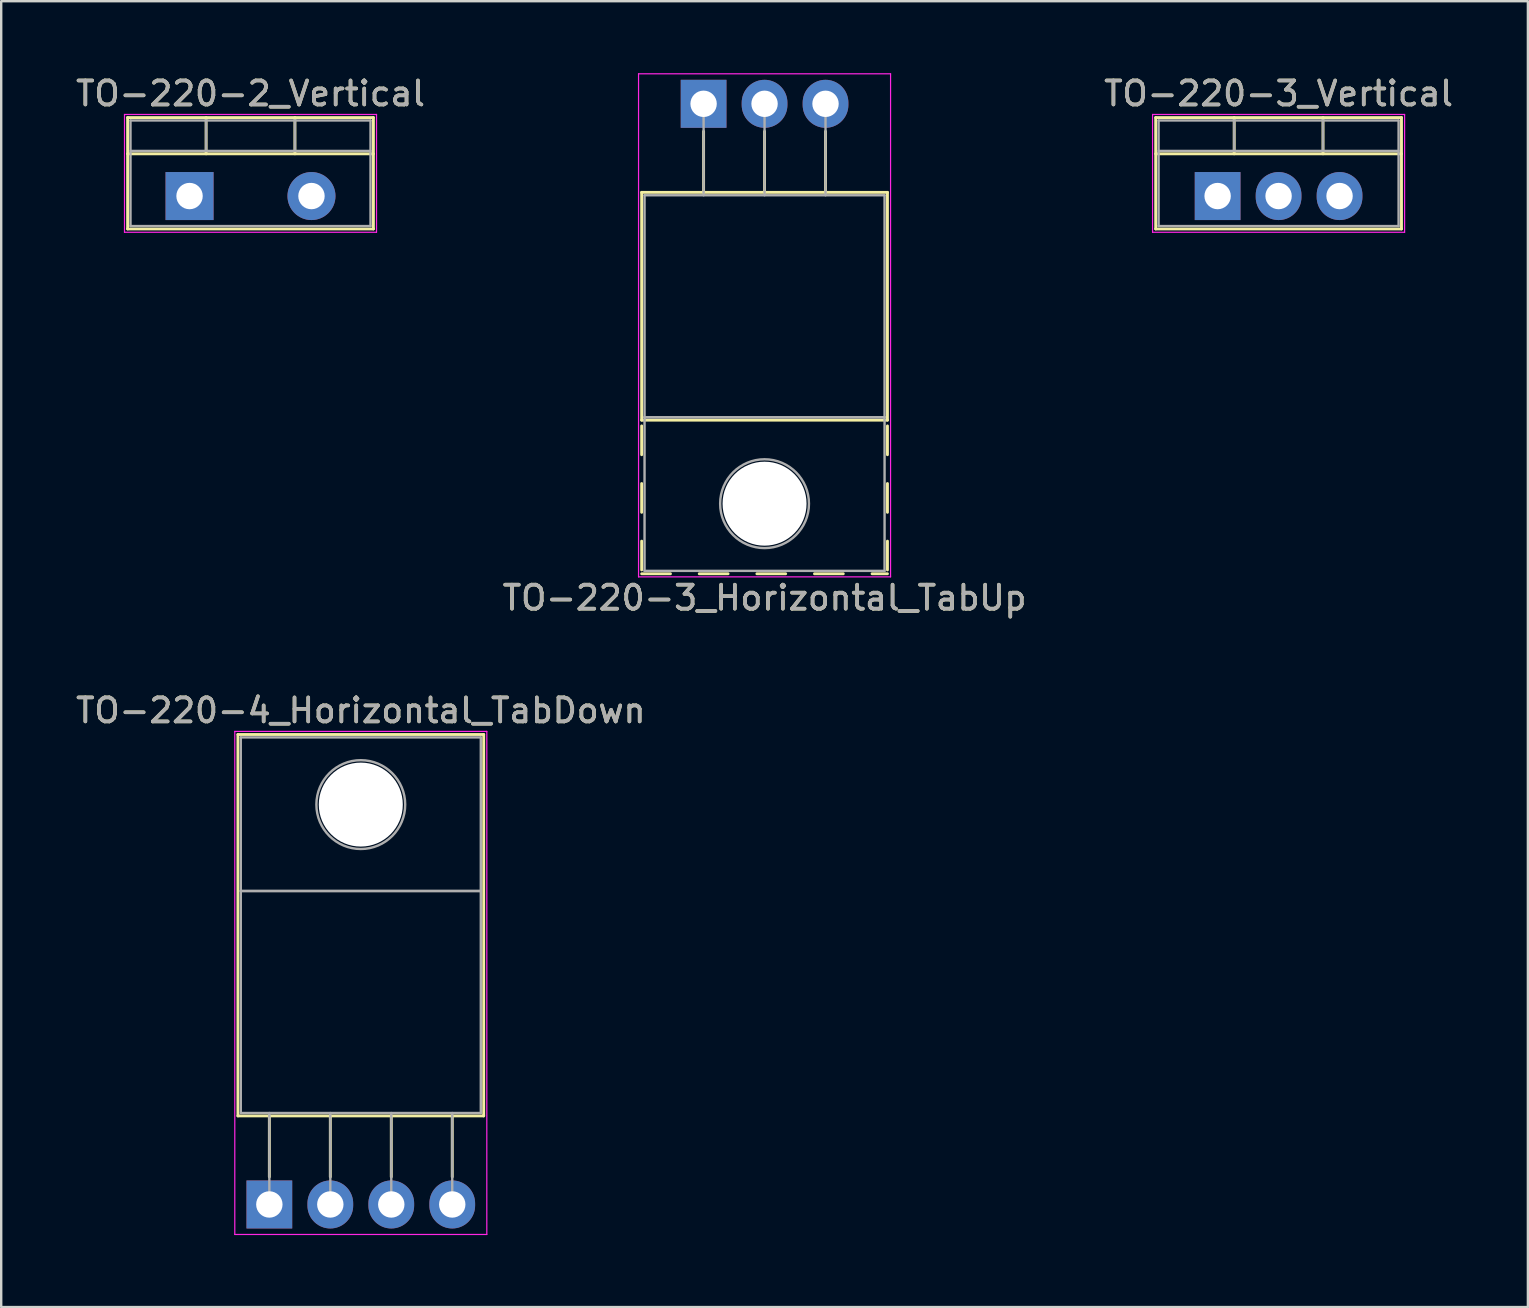
<source format=kicad_pcb>
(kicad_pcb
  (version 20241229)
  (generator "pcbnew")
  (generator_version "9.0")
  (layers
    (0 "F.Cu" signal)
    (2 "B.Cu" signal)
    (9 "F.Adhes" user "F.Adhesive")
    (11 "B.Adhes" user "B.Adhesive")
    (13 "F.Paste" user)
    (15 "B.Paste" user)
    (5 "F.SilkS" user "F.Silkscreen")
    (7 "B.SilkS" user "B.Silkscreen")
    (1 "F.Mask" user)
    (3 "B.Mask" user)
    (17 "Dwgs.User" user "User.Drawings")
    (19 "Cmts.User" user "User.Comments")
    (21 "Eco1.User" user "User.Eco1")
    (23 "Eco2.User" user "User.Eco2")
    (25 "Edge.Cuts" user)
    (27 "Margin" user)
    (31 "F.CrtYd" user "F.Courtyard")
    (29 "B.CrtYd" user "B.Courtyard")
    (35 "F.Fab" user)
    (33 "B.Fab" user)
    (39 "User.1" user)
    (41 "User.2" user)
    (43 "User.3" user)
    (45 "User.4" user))
  (footprint "TO-220-3_Horizontal_TabUp"
    (layer "F.Cu")
    (at 26.264 1.275)
    (property "Reference" "TO-220-3_Horizontal_TabUp" (at 2.54 20.58 0) (layer "F.SilkS") (effects (font (size 1 1) (thickness 0.15))))
    (attr through_hole)
    (fp_line (start -2.58 3.69) (end -2.58 13.18) (stroke (width 0.12) (type solid)) (layer "F.SilkS"))
    (fp_line (start -2.58 3.69) (end 7.66 3.69) (stroke (width 0.12) (type solid)) (layer "F.SilkS"))
    (fp_line (start -2.58 13.18) (end 7.66 13.18) (stroke (width 0.12) (type solid)) (layer "F.SilkS"))
    (fp_line (start -2.58 13.42) (end -2.58 14.62) (stroke (width 0.12) (type solid)) (layer "F.SilkS"))
    (fp_line (start -2.58 15.82) (end -2.58 17.02) (stroke (width 0.12) (type solid)) (layer "F.SilkS"))
    (fp_line (start -2.58 18.22) (end -2.58 19.42) (stroke (width 0.12) (type solid)) (layer "F.SilkS"))
    (fp_line (start -2.58 19.58) (end -1.38 19.58) (stroke (width 0.12) (type solid)) (layer "F.SilkS"))
    (fp_line (start -0.181 19.58) (end 1.02 19.58) (stroke (width 0.12) (type solid)) (layer "F.SilkS"))
    (fp_line (start 0 1.15) (end 0 3.69) (stroke (width 0.12) (type solid)) (layer "F.SilkS"))
    (fp_line (start 2.22 19.58) (end 3.42 19.58) (stroke (width 0.12) (type solid)) (layer "F.SilkS"))
    (fp_line (start 2.54 1.15) (end 2.54 3.69) (stroke (width 0.12) (type solid)) (layer "F.SilkS"))
    (fp_line (start 4.62 19.58) (end 5.82 19.58) (stroke (width 0.12) (type solid)) (layer "F.SilkS"))
    (fp_line (start 5.08 1.15) (end 5.08 3.69) (stroke (width 0.12) (type solid)) (layer "F.SilkS"))
    (fp_line (start 7.02 19.58) (end 7.66 19.58) (stroke (width 0.12) (type solid)) (layer "F.SilkS"))
    (fp_line (start 7.66 3.69) (end 7.66 13.18) (stroke (width 0.12) (type solid)) (layer "F.SilkS"))
    (fp_line (start 7.66 13.42) (end 7.66 14.62) (stroke (width 0.12) (type solid)) (layer "F.SilkS"))
    (fp_line (start 7.66 15.82) (end 7.66 17.02) (stroke (width 0.12) (type solid)) (layer "F.SilkS"))
    (fp_line (start 7.66 18.22) (end 7.66 19.42) (stroke (width 0.12) (type solid)) (layer "F.SilkS"))
    (fp_line (start -2.71 -1.25) (end -2.71 19.71) (stroke (width 0.05) (type solid)) (layer "F.CrtYd"))
    (fp_line (start -2.71 19.71) (end 7.79 19.71) (stroke (width 0.05) (type solid)) (layer "F.CrtYd"))
    (fp_line (start 7.79 -1.25) (end -2.71 -1.25) (stroke (width 0.05) (type solid)) (layer "F.CrtYd"))
    (fp_line (start 7.79 19.71) (end 7.79 -1.25) (stroke (width 0.05) (type solid)) (layer "F.CrtYd"))
    (fp_line (start -2.46 3.81) (end -2.46 13.06) (stroke (width 0.1) (type solid)) (layer "F.Fab"))
    (fp_line (start -2.46 13.06) (end -2.46 19.46) (stroke (width 0.1) (type solid)) (layer "F.Fab"))
    (fp_line (start -2.46 13.06) (end 7.54 13.06) (stroke (width 0.1) (type solid)) (layer "F.Fab"))
    (fp_line (start -2.46 19.46) (end 7.54 19.46) (stroke (width 0.1) (type solid)) (layer "F.Fab"))
    (fp_line (start 0 3.81) (end 0 0) (stroke (width 0.1) (type solid)) (layer "F.Fab"))
    (fp_line (start 2.54 3.81) (end 2.54 0) (stroke (width 0.1) (type solid)) (layer "F.Fab"))
    (fp_line (start 5.08 3.81) (end 5.08 0) (stroke (width 0.1) (type solid)) (layer "F.Fab"))
    (fp_line (start 7.54 3.81) (end -2.46 3.81) (stroke (width 0.1) (type solid)) (layer "F.Fab"))
    (fp_line (start 7.54 13.06) (end -2.46 13.06) (stroke (width 0.1) (type solid)) (layer "F.Fab"))
    (fp_line (start 7.54 13.06) (end 7.54 3.81) (stroke (width 0.1) (type solid)) (layer "F.Fab"))
    (fp_line (start 7.54 19.46) (end 7.54 13.06) (stroke (width 0.1) (type solid)) (layer "F.Fab"))
    (fp_circle (center 2.54 16.66) (end 4.39 16.66) (stroke (width 0.1) (type solid)) (fill no) (layer "F.Fab"))
    (fp_text user "${REFERENCE}" (at 2.54 20.58 0) (layer "F.Fab") (effects (font (size 1 1) (thickness 0.15))))
    (pad "" np_thru_hole oval (at 2.54 16.66) (size 3.5 3.5) (drill 3.5) (layers "*.Cu" "*.Mask"))
    (pad "1" thru_hole rect (at 0 0) (size 1.905 2) (drill 1.1) (layers "*.Cu" "*.Mask"))
    (pad "2" thru_hole oval (at 2.54 0) (size 1.905 2) (drill 1.1) (layers "*.Cu" "*.Mask"))
    (pad "3" thru_hole oval (at 5.08 0) (size 1.905 2) (drill 1.1) (layers "*.Cu" "*.Mask")))
  (footprint "TO-220-4_Horizontal_TabDown"
    (layer "F.Cu")
    (at 8.172 47.132)
    (property "Reference" "TO-220-4_Horizontal_TabDown" (at 3.81 -20.58 0) (layer "F.SilkS") (effects (font (size 1 1) (thickness 0.15))))
    (attr through_hole)
    (fp_line (start -1.31 -19.58) (end -1.31 -3.69) (stroke (width 0.12) (type solid)) (layer "F.SilkS"))
    (fp_line (start -1.31 -19.58) (end 8.93 -19.58) (stroke (width 0.12) (type solid)) (layer "F.SilkS"))
    (fp_line (start -1.31 -3.69) (end 8.93 -3.69) (stroke (width 0.12) (type solid)) (layer "F.SilkS"))
    (fp_line (start 0 -3.69) (end 0 -1.15) (stroke (width 0.12) (type solid)) (layer "F.SilkS"))
    (fp_line (start 2.54 -3.69) (end 2.54 -1.15) (stroke (width 0.12) (type solid)) (layer "F.SilkS"))
    (fp_line (start 5.08 -3.69) (end 5.08 -1.15) (stroke (width 0.12) (type solid)) (layer "F.SilkS"))
    (fp_line (start 7.62 -3.69) (end 7.62 -1.15) (stroke (width 0.12) (type solid)) (layer "F.SilkS"))
    (fp_line (start 8.93 -19.58) (end 8.93 -3.69) (stroke (width 0.12) (type solid)) (layer "F.SilkS"))
    (fp_line (start -1.44 -19.71) (end -1.44 1.25) (stroke (width 0.05) (type solid)) (layer "F.CrtYd"))
    (fp_line (start -1.44 1.25) (end 9.06 1.25) (stroke (width 0.05) (type solid)) (layer "F.CrtYd"))
    (fp_line (start 9.06 -19.71) (end -1.44 -19.71) (stroke (width 0.05) (type solid)) (layer "F.CrtYd"))
    (fp_line (start 9.06 1.25) (end 9.06 -19.71) (stroke (width 0.05) (type solid)) (layer "F.CrtYd"))
    (fp_line (start -1.19 -19.46) (end 8.81 -19.46) (stroke (width 0.1) (type solid)) (layer "F.Fab"))
    (fp_line (start -1.19 -13.06) (end -1.19 -19.46) (stroke (width 0.1) (type solid)) (layer "F.Fab"))
    (fp_line (start -1.19 -13.06) (end 8.81 -13.06) (stroke (width 0.1) (type solid)) (layer "F.Fab"))
    (fp_line (start -1.19 -3.81) (end -1.19 -13.06) (stroke (width 0.1) (type solid)) (layer "F.Fab"))
    (fp_line (start 0 -3.81) (end 0 0) (stroke (width 0.1) (type solid)) (layer "F.Fab"))
    (fp_line (start 2.54 -3.81) (end 2.54 0) (stroke (width 0.1) (type solid)) (layer "F.Fab"))
    (fp_line (start 5.08 -3.81) (end 5.08 0) (stroke (width 0.1) (type solid)) (layer "F.Fab"))
    (fp_line (start 7.62 -3.81) (end 7.62 0) (stroke (width 0.1) (type solid)) (layer "F.Fab"))
    (fp_line (start 8.81 -19.46) (end 8.81 -13.06) (stroke (width 0.1) (type solid)) (layer "F.Fab"))
    (fp_line (start 8.81 -13.06) (end -1.19 -13.06) (stroke (width 0.1) (type solid)) (layer "F.Fab"))
    (fp_line (start 8.81 -13.06) (end 8.81 -3.81) (stroke (width 0.1) (type solid)) (layer "F.Fab"))
    (fp_line (start 8.81 -3.81) (end -1.19 -3.81) (stroke (width 0.1) (type solid)) (layer "F.Fab"))
    (fp_circle (center 3.81 -16.66) (end 5.66 -16.66) (stroke (width 0.1) (type solid)) (fill no) (layer "F.Fab"))
    (fp_text user "${REFERENCE}" (at 3.81 -20.58 0) (layer "F.Fab") (effects (font (size 1 1) (thickness 0.15))))
    (pad "" np_thru_hole oval (at 3.81 -16.66) (size 3.5 3.5) (drill 3.5) (layers "*.Cu" "*.Mask"))
    (pad "1" thru_hole rect (at 0 0) (size 1.905 2) (drill 1.1) (layers "*.Cu" "*.Mask"))
    (pad "2" thru_hole oval (at 2.54 0) (size 1.905 2) (drill 1.1) (layers "*.Cu" "*.Mask"))
    (pad "3" thru_hole oval (at 5.08 0) (size 1.905 2) (drill 1.1) (layers "*.Cu" "*.Mask"))
    (pad "4" thru_hole oval (at 7.62 0) (size 1.905 2) (drill 1.1) (layers "*.Cu" "*.Mask")))
  (footprint "TO-220-3_Vertical"
    (layer "F.Cu")
    (at 47.68 5.118)
    (property "Reference" "TO-220-3_Vertical" (at 2.54 -4.27 0) (layer "F.SilkS") (effects (font (size 1 1) (thickness 0.15))))
    (attr through_hole)
    (fp_line (start -2.58 -3.27) (end -2.58 1.371) (stroke (width 0.12) (type solid)) (layer "F.SilkS"))
    (fp_line (start -2.58 -3.27) (end 7.66 -3.27) (stroke (width 0.12) (type solid)) (layer "F.SilkS"))
    (fp_line (start -2.58 -1.76) (end 7.66 -1.76) (stroke (width 0.12) (type solid)) (layer "F.SilkS"))
    (fp_line (start -2.58 1.371) (end 7.66 1.371) (stroke (width 0.12) (type solid)) (layer "F.SilkS"))
    (fp_line (start 0.69 -3.27) (end 0.69 -1.76) (stroke (width 0.12) (type solid)) (layer "F.SilkS"))
    (fp_line (start 4.391 -3.27) (end 4.391 -1.76) (stroke (width 0.12) (type solid)) (layer "F.SilkS"))
    (fp_line (start 7.66 -3.27) (end 7.66 1.371) (stroke (width 0.12) (type solid)) (layer "F.SilkS"))
    (fp_line (start -2.71 -3.4) (end -2.71 1.51) (stroke (width 0.05) (type solid)) (layer "F.CrtYd"))
    (fp_line (start -2.71 1.51) (end 7.79 1.51) (stroke (width 0.05) (type solid)) (layer "F.CrtYd"))
    (fp_line (start 7.79 -3.4) (end -2.71 -3.4) (stroke (width 0.05) (type solid)) (layer "F.CrtYd"))
    (fp_line (start 7.79 1.51) (end 7.79 -3.4) (stroke (width 0.05) (type solid)) (layer "F.CrtYd"))
    (fp_line (start -2.46 -3.15) (end -2.46 1.25) (stroke (width 0.1) (type solid)) (layer "F.Fab"))
    (fp_line (start -2.46 -1.88) (end 7.54 -1.88) (stroke (width 0.1) (type solid)) (layer "F.Fab"))
    (fp_line (start -2.46 1.25) (end 7.54 1.25) (stroke (width 0.1) (type solid)) (layer "F.Fab"))
    (fp_line (start 0.69 -3.15) (end 0.69 -1.88) (stroke (width 0.1) (type solid)) (layer "F.Fab"))
    (fp_line (start 4.39 -3.15) (end 4.39 -1.88) (stroke (width 0.1) (type solid)) (layer "F.Fab"))
    (fp_line (start 7.54 -3.15) (end -2.46 -3.15) (stroke (width 0.1) (type solid)) (layer "F.Fab"))
    (fp_line (start 7.54 1.25) (end 7.54 -3.15) (stroke (width 0.1) (type solid)) (layer "F.Fab"))
    (fp_text user "${REFERENCE}" (at 2.54 -4.27 0) (layer "F.Fab") (effects (font (size 1 1) (thickness 0.15))))
    (pad "1" thru_hole rect (at 0 0) (size 1.905 2) (drill 1.1) (layers "*.Cu" "*.Mask"))
    (pad "2" thru_hole oval (at 2.54 0) (size 1.905 2) (drill 1.1) (layers "*.Cu" "*.Mask"))
    (pad "3" thru_hole oval (at 5.08 0) (size 1.905 2) (drill 1.1) (layers "*.Cu" "*.Mask")))
  (footprint "TO-220-2_Vertical"
    (layer "F.Cu")
    (at 4.847 5.118)
    (property "Reference" "TO-220-2_Vertical" (at 2.54 -4.27 0) (layer "F.SilkS") (effects (font (size 1 1) (thickness 0.15))))
    (attr through_hole)
    (fp_line (start -2.58 -3.27) (end -2.58 1.371) (stroke (width 0.12) (type solid)) (layer "F.SilkS"))
    (fp_line (start -2.58 -3.27) (end 7.66 -3.27) (stroke (width 0.12) (type solid)) (layer "F.SilkS"))
    (fp_line (start -2.58 -1.76) (end 7.66 -1.76) (stroke (width 0.12) (type solid)) (layer "F.SilkS"))
    (fp_line (start -2.58 1.371) (end 7.66 1.371) (stroke (width 0.12) (type solid)) (layer "F.SilkS"))
    (fp_line (start 0.69 -3.27) (end 0.69 -1.76) (stroke (width 0.12) (type solid)) (layer "F.SilkS"))
    (fp_line (start 4.391 -3.27) (end 4.391 -1.76) (stroke (width 0.12) (type solid)) (layer "F.SilkS"))
    (fp_line (start 7.66 -3.27) (end 7.66 1.371) (stroke (width 0.12) (type solid)) (layer "F.SilkS"))
    (fp_line (start -2.71 -3.4) (end -2.71 1.51) (stroke (width 0.05) (type solid)) (layer "F.CrtYd"))
    (fp_line (start -2.71 1.51) (end 7.79 1.51) (stroke (width 0.05) (type solid)) (layer "F.CrtYd"))
    (fp_line (start 7.79 -3.4) (end -2.71 -3.4) (stroke (width 0.05) (type solid)) (layer "F.CrtYd"))
    (fp_line (start 7.79 1.51) (end 7.79 -3.4) (stroke (width 0.05) (type solid)) (layer "F.CrtYd"))
    (fp_line (start -2.46 -3.15) (end -2.46 1.25) (stroke (width 0.1) (type solid)) (layer "F.Fab"))
    (fp_line (start -2.46 -1.88) (end 7.54 -1.88) (stroke (width 0.1) (type solid)) (layer "F.Fab"))
    (fp_line (start -2.46 1.25) (end 7.54 1.25) (stroke (width 0.1) (type solid)) (layer "F.Fab"))
    (fp_line (start 0.69 -3.15) (end 0.69 -1.88) (stroke (width 0.1) (type solid)) (layer "F.Fab"))
    (fp_line (start 4.39 -3.15) (end 4.39 -1.88) (stroke (width 0.1) (type solid)) (layer "F.Fab"))
    (fp_line (start 7.54 -3.15) (end -2.46 -3.15) (stroke (width 0.1) (type solid)) (layer "F.Fab"))
    (fp_line (start 7.54 1.25) (end 7.54 -3.15) (stroke (width 0.1) (type solid)) (layer "F.Fab"))
    (fp_text user "${REFERENCE}" (at 2.54 -4.27 0) (layer "F.Fab") (effects (font (size 1 1) (thickness 0.15))))
    (pad "1" thru_hole rect (at 0 0) (size 2 2) (drill 1.1) (layers "*.Cu" "*.Mask"))
    (pad "2" thru_hole oval (at 5.08 0) (size 2 2) (drill 1.1) (layers "*.Cu" "*.Mask")))
  (gr_rect
    (start -3 -3)
    (end 60.607 51.407)
    (stroke (width 0.1) (type default))
    (fill no)
    (layer "Edge.Cuts")))
</source>
